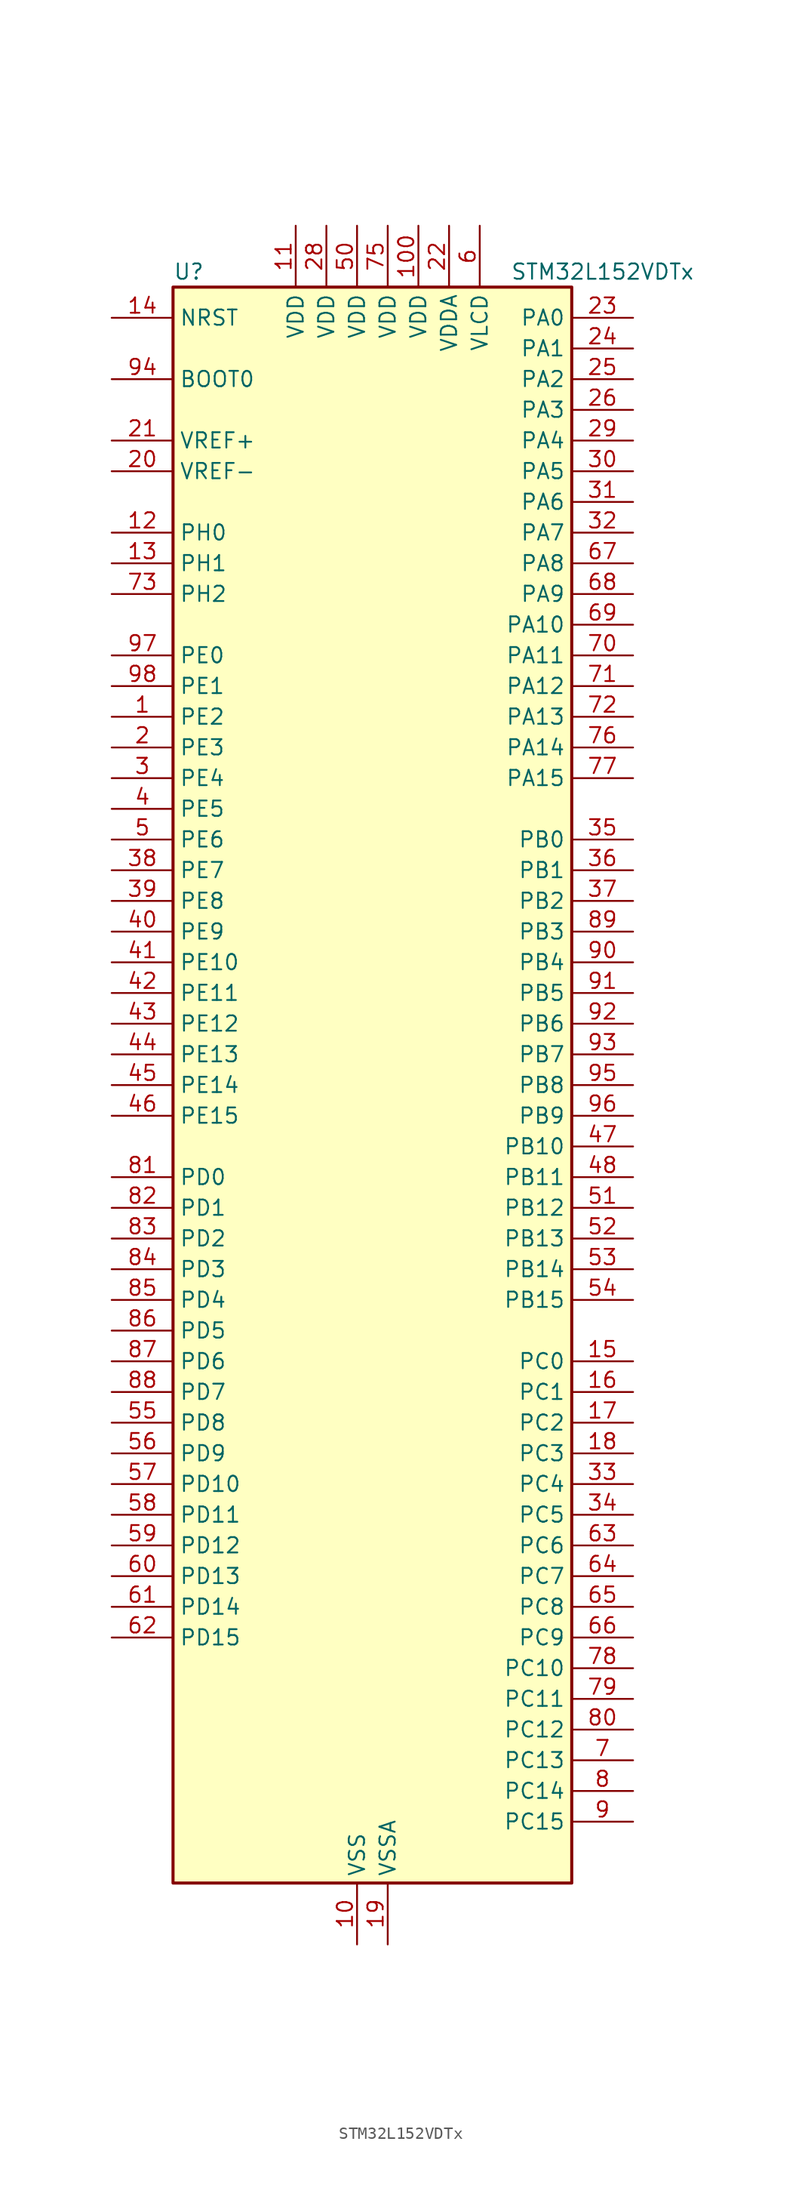
<source format=kicad_sym>
(kicad_symbol_lib
  (version 20231120)
  (generator "kicad-library-utils")
  (generator_version "8.0")
  (symbol "STM32L152VDTx"
    (property "Reference" "U"
      (at -15.24 67.31 0)
      (effects (font (size 1.27 1.27)) (justify left)))
    (property "Value" "STM32L152VDTx"
      (at 12.7 67.31 0)
      (effects (font (size 1.27 1.27)) (justify left)))
    (symbol "STM32L152VDTx_0_1"
      (rectangle (start -15.24 -66.04) (end 17.78 66.04) (stroke (width 0.254) (type default)) (fill (type background))))
    (symbol "STM32L152VDTx_1_1"
      (pin bidirectional line (at -20.32 30.48 0) (length 5.08) (name "PE2" (effects (font (size 1.27 1.27)))) (number "1" (effects (font (size 1.27 1.27)))) (alternate "FSMC_A23" bidirectional line) (alternate "LCD_SEG38" bidirectional line) (alternate "SYS_TRACECK" bidirectional line) (alternate "TIM3_ETR" bidirectional line) (alternate "TIMX_IC3" bidirectional line))
      (pin power_in line (at 0 -71.12 90) (length 5.08) (name "VSS" (effects (font (size 1.27 1.27)))) (number "10" (effects (font (size 1.27 1.27)))))
      (pin power_in line (at 5.08 71.12 270) (length 5.08) (name "VDD" (effects (font (size 1.27 1.27)))) (number "100" (effects (font (size 1.27 1.27)))))
      (pin power_in line (at -5.08 71.12 270) (length 5.08) (name "VDD" (effects (font (size 1.27 1.27)))) (number "11" (effects (font (size 1.27 1.27)))))
      (pin bidirectional line (at -20.32 45.72 0) (length 5.08) (name "PH0" (effects (font (size 1.27 1.27)))) (number "12" (effects (font (size 1.27 1.27)))) (alternate "RCC_OSC_IN" bidirectional line))
      (pin bidirectional line (at -20.32 43.18 0) (length 5.08) (name "PH1" (effects (font (size 1.27 1.27)))) (number "13" (effects (font (size 1.27 1.27)))) (alternate "RCC_OSC_OUT" bidirectional line))
      (pin input line (at -20.32 63.5 0) (length 5.08) (name "NRST" (effects (font (size 1.27 1.27)))) (number "14" (effects (font (size 1.27 1.27)))))
      (pin bidirectional line (at 22.86 -22.86 180) (length 5.08) (name "PC0" (effects (font (size 1.27 1.27)))) (number "15" (effects (font (size 1.27 1.27)))) (alternate "ADC_IN10" bidirectional line) (alternate "COMP1_INP" bidirectional line) (alternate "LCD_SEG18" bidirectional line) (alternate "TIMX_IC1" bidirectional line) (alternate "TS_G8_IO1" bidirectional line))
      (pin bidirectional line (at 22.86 -25.4 180) (length 5.08) (name "PC1" (effects (font (size 1.27 1.27)))) (number "16" (effects (font (size 1.27 1.27)))) (alternate "ADC_IN11" bidirectional line) (alternate "COMP1_INP" bidirectional line) (alternate "LCD_SEG19" bidirectional line) (alternate "OPAMP3_VINP" bidirectional line) (alternate "TIMX_IC2" bidirectional line) (alternate "TS_G8_IO2" bidirectional line))
      (pin bidirectional line (at 22.86 -27.94 180) (length 5.08) (name "PC2" (effects (font (size 1.27 1.27)))) (number "17" (effects (font (size 1.27 1.27)))) (alternate "ADC_IN12" bidirectional line) (alternate "COMP1_INP" bidirectional line) (alternate "LCD_SEG20" bidirectional line) (alternate "OPAMP3_VINM" bidirectional line) (alternate "TIMX_IC3" bidirectional line) (alternate "TS_G8_IO3" bidirectional line))
      (pin bidirectional line (at 22.86 -30.48 180) (length 5.08) (name "PC3" (effects (font (size 1.27 1.27)))) (number "18" (effects (font (size 1.27 1.27)))) (alternate "ADC_IN13" bidirectional line) (alternate "COMP1_INP" bidirectional line) (alternate "LCD_SEG21" bidirectional line) (alternate "OPAMP3_VOUT" bidirectional line) (alternate "TIMX_IC4" bidirectional line) (alternate "TS_G8_IO4" bidirectional line))
      (pin power_in line (at 2.54 -71.12 90) (length 5.08) (name "VSSA" (effects (font (size 1.27 1.27)))) (number "19" (effects (font (size 1.27 1.27)))))
      (pin bidirectional line (at -20.32 27.94 0) (length 5.08) (name "PE3" (effects (font (size 1.27 1.27)))) (number "2" (effects (font (size 1.27 1.27)))) (alternate "FSMC_A19" bidirectional line) (alternate "LCD_SEG39" bidirectional line) (alternate "SYS_TRACED0" bidirectional line) (alternate "TIM3_CH1" bidirectional line) (alternate "TIMX_IC4" bidirectional line))
      (pin input line (at -20.32 50.8 0) (length 5.08) (name "VREF-" (effects (font (size 1.27 1.27)))) (number "20" (effects (font (size 1.27 1.27)))))
      (pin input line (at -20.32 53.34 0) (length 5.08) (name "VREF+" (effects (font (size 1.27 1.27)))) (number "21" (effects (font (size 1.27 1.27)))))
      (pin power_in line (at 7.62 71.12 270) (length 5.08) (name "VDDA" (effects (font (size 1.27 1.27)))) (number "22" (effects (font (size 1.27 1.27)))))
      (pin bidirectional line (at 22.86 63.5 180) (length 5.08) (name "PA0" (effects (font (size 1.27 1.27)))) (number "23" (effects (font (size 1.27 1.27)))) (alternate "ADC_IN0" bidirectional line) (alternate "COMP1_INP" bidirectional line) (alternate "RTC_TAMP2" bidirectional line) (alternate "SYS_WKUP1" bidirectional line) (alternate "TIM2_CH1" bidirectional line) (alternate "TIM2_ETR" bidirectional line) (alternate "TIM5_CH1" bidirectional line) (alternate "TIMX_IC1" bidirectional line) (alternate "TS_G1_IO1" bidirectional line) (alternate "USART2_CTS" bidirectional line))
      (pin bidirectional line (at 22.86 60.96 180) (length 5.08) (name "PA1" (effects (font (size 1.27 1.27)))) (number "24" (effects (font (size 1.27 1.27)))) (alternate "ADC_IN1" bidirectional line) (alternate "COMP1_INP" bidirectional line) (alternate "LCD_SEG0" bidirectional line) (alternate "OPAMP1_VINP" bidirectional line) (alternate "TIM2_CH2" bidirectional line) (alternate "TIM5_CH2" bidirectional line) (alternate "TIMX_IC2" bidirectional line) (alternate "TS_G1_IO2" bidirectional line) (alternate "USART2_RTS" bidirectional line))
      (pin bidirectional line (at 22.86 58.42 180) (length 5.08) (name "PA2" (effects (font (size 1.27 1.27)))) (number "25" (effects (font (size 1.27 1.27)))) (alternate "ADC_IN2" bidirectional line) (alternate "COMP1_INP" bidirectional line) (alternate "LCD_SEG1" bidirectional line) (alternate "OPAMP1_VINM" bidirectional line) (alternate "TIM2_CH3" bidirectional line) (alternate "TIM5_CH3" bidirectional line) (alternate "TIM9_CH1" bidirectional line) (alternate "TIMX_IC3" bidirectional line) (alternate "TS_G1_IO3" bidirectional line) (alternate "USART2_TX" bidirectional line))
      (pin bidirectional line (at 22.86 55.88 180) (length 5.08) (name "PA3" (effects (font (size 1.27 1.27)))) (number "26" (effects (font (size 1.27 1.27)))) (alternate "ADC_IN3" bidirectional line) (alternate "COMP1_INP" bidirectional line) (alternate "LCD_SEG2" bidirectional line) (alternate "OPAMP1_VOUT" bidirectional line) (alternate "TIM2_CH4" bidirectional line) (alternate "TIM5_CH4" bidirectional line) (alternate "TIM9_CH2" bidirectional line) (alternate "TIMX_IC4" bidirectional line) (alternate "TS_G1_IO4" bidirectional line) (alternate "USART2_RX" bidirectional line))
      (pin passive line (at 0 -71.12 90) (length 5.08) hide (name "VSS" (effects (font (size 1.27 1.27)))) (number "27" (effects (font (size 1.27 1.27)))))
      (pin power_in line (at -2.54 71.12 270) (length 5.08) (name "VDD" (effects (font (size 1.27 1.27)))) (number "28" (effects (font (size 1.27 1.27)))))
      (pin bidirectional line (at 22.86 53.34 180) (length 5.08) (name "PA4" (effects (font (size 1.27 1.27)))) (number "29" (effects (font (size 1.27 1.27)))) (alternate "ADC_IN4" bidirectional line) (alternate "COMP1_INP" bidirectional line) (alternate "DAC_OUT1" bidirectional line) (alternate "I2S3_WS" bidirectional line) (alternate "SPI1_NSS" bidirectional line) (alternate "SPI3_NSS" bidirectional line) (alternate "TIMX_IC1" bidirectional line) (alternate "USART2_CK" bidirectional line))
      (pin bidirectional line (at -20.32 25.4 0) (length 5.08) (name "PE4" (effects (font (size 1.27 1.27)))) (number "3" (effects (font (size 1.27 1.27)))) (alternate "FSMC_A20" bidirectional line) (alternate "SYS_TRACED1" bidirectional line) (alternate "TIM3_CH2" bidirectional line) (alternate "TIMX_IC1" bidirectional line))
      (pin bidirectional line (at 22.86 50.8 180) (length 5.08) (name "PA5" (effects (font (size 1.27 1.27)))) (number "30" (effects (font (size 1.27 1.27)))) (alternate "ADC_IN5" bidirectional line) (alternate "COMP1_INP" bidirectional line) (alternate "DAC_OUT2" bidirectional line) (alternate "SPI1_SCK" bidirectional line) (alternate "TIM2_CH1" bidirectional line) (alternate "TIM2_ETR" bidirectional line) (alternate "TIMX_IC2" bidirectional line))
      (pin bidirectional line (at 22.86 48.26 180) (length 5.08) (name "PA6" (effects (font (size 1.27 1.27)))) (number "31" (effects (font (size 1.27 1.27)))) (alternate "ADC_IN6" bidirectional line) (alternate "COMP1_INP" bidirectional line) (alternate "LCD_SEG3" bidirectional line) (alternate "OPAMP2_VINP" bidirectional line) (alternate "SPI1_MISO" bidirectional line) (alternate "TIM10_CH1" bidirectional line) (alternate "TIM3_CH1" bidirectional line) (alternate "TIMX_IC3" bidirectional line) (alternate "TS_G2_IO1" bidirectional line))
      (pin bidirectional line (at 22.86 45.72 180) (length 5.08) (name "PA7" (effects (font (size 1.27 1.27)))) (number "32" (effects (font (size 1.27 1.27)))) (alternate "ADC_IN7" bidirectional line) (alternate "COMP1_INP" bidirectional line) (alternate "LCD_SEG4" bidirectional line) (alternate "OPAMP2_VINM" bidirectional line) (alternate "SPI1_MOSI" bidirectional line) (alternate "TIM11_CH1" bidirectional line) (alternate "TIM3_CH2" bidirectional line) (alternate "TIMX_IC4" bidirectional line) (alternate "TS_G2_IO2" bidirectional line))
      (pin bidirectional line (at 22.86 -33.02 180) (length 5.08) (name "PC4" (effects (font (size 1.27 1.27)))) (number "33" (effects (font (size 1.27 1.27)))) (alternate "ADC_IN14" bidirectional line) (alternate "COMP1_INP" bidirectional line) (alternate "LCD_SEG22" bidirectional line) (alternate "TIMX_IC1" bidirectional line) (alternate "TS_G9_IO1" bidirectional line))
      (pin bidirectional line (at 22.86 -35.56 180) (length 5.08) (name "PC5" (effects (font (size 1.27 1.27)))) (number "34" (effects (font (size 1.27 1.27)))) (alternate "ADC_IN15" bidirectional line) (alternate "COMP1_INP" bidirectional line) (alternate "LCD_SEG23" bidirectional line) (alternate "TIMX_IC2" bidirectional line) (alternate "TS_G9_IO2" bidirectional line))
      (pin bidirectional line (at 22.86 20.32 180) (length 5.08) (name "PB0" (effects (font (size 1.27 1.27)))) (number "35" (effects (font (size 1.27 1.27)))) (alternate "ADC_IN8" bidirectional line) (alternate "COMP1_INP" bidirectional line) (alternate "LCD_SEG5" bidirectional line) (alternate "OPAMP2_VOUT" bidirectional line) (alternate "SYS_V_REF_OUT" bidirectional line) (alternate "TIM3_CH3" bidirectional line) (alternate "TS_G3_IO1" bidirectional line))
      (pin bidirectional line (at 22.86 17.78 180) (length 5.08) (name "PB1" (effects (font (size 1.27 1.27)))) (number "36" (effects (font (size 1.27 1.27)))) (alternate "ADC_IN9" bidirectional line) (alternate "COMP1_INP" bidirectional line) (alternate "LCD_SEG6" bidirectional line) (alternate "SYS_V_REF_OUT" bidirectional line) (alternate "TIM3_CH4" bidirectional line) (alternate "TS_G3_IO2" bidirectional line))
      (pin bidirectional line (at 22.86 15.24 180) (length 5.08) (name "PB2" (effects (font (size 1.27 1.27)))) (number "37" (effects (font (size 1.27 1.27)))) (alternate "TS_G3_IO3" bidirectional line))
      (pin bidirectional line (at -20.32 17.78 0) (length 5.08) (name "PE7" (effects (font (size 1.27 1.27)))) (number "38" (effects (font (size 1.27 1.27)))) (alternate "ADC_IN22" bidirectional line) (alternate "COMP1_INP" bidirectional line) (alternate "FSMC_D4" bidirectional line) (alternate "FSMC_DA4" bidirectional line) (alternate "TIMX_IC4" bidirectional line))
      (pin bidirectional line (at -20.32 15.24 0) (length 5.08) (name "PE8" (effects (font (size 1.27 1.27)))) (number "39" (effects (font (size 1.27 1.27)))) (alternate "ADC_IN23" bidirectional line) (alternate "COMP1_INP" bidirectional line) (alternate "FSMC_D5" bidirectional line) (alternate "FSMC_DA5" bidirectional line) (alternate "TIMX_IC1" bidirectional line))
      (pin bidirectional line (at -20.32 22.86 0) (length 5.08) (name "PE5" (effects (font (size 1.27 1.27)))) (number "4" (effects (font (size 1.27 1.27)))) (alternate "FSMC_A21" bidirectional line) (alternate "SYS_TRACED2" bidirectional line) (alternate "TIM9_CH1" bidirectional line) (alternate "TIMX_IC2" bidirectional line))
      (pin bidirectional line (at -20.32 12.7 0) (length 5.08) (name "PE9" (effects (font (size 1.27 1.27)))) (number "40" (effects (font (size 1.27 1.27)))) (alternate "ADC_IN24" bidirectional line) (alternate "COMP1_INP" bidirectional line) (alternate "DAC_EXTI9" bidirectional line) (alternate "FSMC_D6" bidirectional line) (alternate "FSMC_DA6" bidirectional line) (alternate "TIM2_CH1" bidirectional line) (alternate "TIM2_ETR" bidirectional line) (alternate "TIMX_IC2" bidirectional line))
      (pin bidirectional line (at -20.32 10.16 0) (length 5.08) (name "PE10" (effects (font (size 1.27 1.27)))) (number "41" (effects (font (size 1.27 1.27)))) (alternate "ADC_IN25" bidirectional line) (alternate "COMP1_INP" bidirectional line) (alternate "FSMC_D7" bidirectional line) (alternate "FSMC_DA7" bidirectional line) (alternate "TIM2_CH2" bidirectional line) (alternate "TIMX_IC3" bidirectional line))
      (pin bidirectional line (at -20.32 7.62 0) (length 5.08) (name "PE11" (effects (font (size 1.27 1.27)))) (number "42" (effects (font (size 1.27 1.27)))) (alternate "ADC_EXTI11" bidirectional line) (alternate "FSMC_D8" bidirectional line) (alternate "FSMC_DA8" bidirectional line) (alternate "TIM2_CH3" bidirectional line) (alternate "TIMX_IC4" bidirectional line))
      (pin bidirectional line (at -20.32 5.08 0) (length 5.08) (name "PE12" (effects (font (size 1.27 1.27)))) (number "43" (effects (font (size 1.27 1.27)))) (alternate "FSMC_D9" bidirectional line) (alternate "FSMC_DA9" bidirectional line) (alternate "SPI1_NSS" bidirectional line) (alternate "TIM2_CH4" bidirectional line) (alternate "TIMX_IC1" bidirectional line))
      (pin bidirectional line (at -20.32 2.54 0) (length 5.08) (name "PE13" (effects (font (size 1.27 1.27)))) (number "44" (effects (font (size 1.27 1.27)))) (alternate "FSMC_D10" bidirectional line) (alternate "FSMC_DA10" bidirectional line) (alternate "SPI1_SCK" bidirectional line) (alternate "TIMX_IC2" bidirectional line))
      (pin bidirectional line (at -20.32 0 0) (length 5.08) (name "PE14" (effects (font (size 1.27 1.27)))) (number "45" (effects (font (size 1.27 1.27)))) (alternate "FSMC_D11" bidirectional line) (alternate "FSMC_DA11" bidirectional line) (alternate "SPI1_MISO" bidirectional line) (alternate "TIMX_IC3" bidirectional line))
      (pin bidirectional line (at -20.32 -2.54 0) (length 5.08) (name "PE15" (effects (font (size 1.27 1.27)))) (number "46" (effects (font (size 1.27 1.27)))) (alternate "ADC_EXTI15" bidirectional line) (alternate "FSMC_D12" bidirectional line) (alternate "FSMC_DA12" bidirectional line) (alternate "SPI1_MOSI" bidirectional line) (alternate "TIMX_IC4" bidirectional line))
      (pin bidirectional line (at 22.86 -5.08 180) (length 5.08) (name "PB10" (effects (font (size 1.27 1.27)))) (number "47" (effects (font (size 1.27 1.27)))) (alternate "I2C2_SCL" bidirectional line) (alternate "LCD_SEG10" bidirectional line) (alternate "TIM2_CH3" bidirectional line) (alternate "USART3_TX" bidirectional line))
      (pin bidirectional line (at 22.86 -7.62 180) (length 5.08) (name "PB11" (effects (font (size 1.27 1.27)))) (number "48" (effects (font (size 1.27 1.27)))) (alternate "ADC_EXTI11" bidirectional line) (alternate "I2C2_SDA" bidirectional line) (alternate "LCD_SEG11" bidirectional line) (alternate "TIM2_CH4" bidirectional line) (alternate "USART3_RX" bidirectional line))
      (pin passive line (at 0 -71.12 90) (length 5.08) hide (name "VSS" (effects (font (size 1.27 1.27)))) (number "49" (effects (font (size 1.27 1.27)))))
      (pin bidirectional line (at -20.32 20.32 0) (length 5.08) (name "PE6" (effects (font (size 1.27 1.27)))) (number "5" (effects (font (size 1.27 1.27)))) (alternate "RTC_TAMP3" bidirectional line) (alternate "SYS_TRACED3" bidirectional line) (alternate "SYS_WKUP3" bidirectional line) (alternate "TIM9_CH2" bidirectional line) (alternate "TIMX_IC3" bidirectional line))
      (pin power_in line (at 0 71.12 270) (length 5.08) (name "VDD" (effects (font (size 1.27 1.27)))) (number "50" (effects (font (size 1.27 1.27)))))
      (pin bidirectional line (at 22.86 -10.16 180) (length 5.08) (name "PB12" (effects (font (size 1.27 1.27)))) (number "51" (effects (font (size 1.27 1.27)))) (alternate "ADC_IN18" bidirectional line) (alternate "COMP1_INP" bidirectional line) (alternate "I2C2_SMBA" bidirectional line) (alternate "I2S2_WS" bidirectional line) (alternate "LCD_SEG12" bidirectional line) (alternate "SPI2_NSS" bidirectional line) (alternate "TIM10_CH1" bidirectional line) (alternate "TS_G7_IO1" bidirectional line) (alternate "USART3_CK" bidirectional line))
      (pin bidirectional line (at 22.86 -12.7 180) (length 5.08) (name "PB13" (effects (font (size 1.27 1.27)))) (number "52" (effects (font (size 1.27 1.27)))) (alternate "ADC_IN19" bidirectional line) (alternate "COMP1_INP" bidirectional line) (alternate "I2S2_CK" bidirectional line) (alternate "LCD_SEG13" bidirectional line) (alternate "SPI2_SCK" bidirectional line) (alternate "TIM9_CH1" bidirectional line) (alternate "TS_G7_IO2" bidirectional line) (alternate "USART3_CTS" bidirectional line))
      (pin bidirectional line (at 22.86 -15.24 180) (length 5.08) (name "PB14" (effects (font (size 1.27 1.27)))) (number "53" (effects (font (size 1.27 1.27)))) (alternate "ADC_IN20" bidirectional line) (alternate "COMP1_INP" bidirectional line) (alternate "LCD_SEG14" bidirectional line) (alternate "SPI2_MISO" bidirectional line) (alternate "TIM9_CH2" bidirectional line) (alternate "TS_G7_IO3" bidirectional line) (alternate "USART3_RTS" bidirectional line))
      (pin bidirectional line (at 22.86 -17.78 180) (length 5.08) (name "PB15" (effects (font (size 1.27 1.27)))) (number "54" (effects (font (size 1.27 1.27)))) (alternate "ADC_EXTI15" bidirectional line) (alternate "ADC_IN21" bidirectional line) (alternate "COMP1_INP" bidirectional line) (alternate "I2S2_SD" bidirectional line) (alternate "LCD_SEG15" bidirectional line) (alternate "RTC_REFIN" bidirectional line) (alternate "SPI2_MOSI" bidirectional line) (alternate "TIM11_CH1" bidirectional line) (alternate "TS_G7_IO4" bidirectional line))
      (pin bidirectional line (at -20.32 -27.94 0) (length 5.08) (name "PD8" (effects (font (size 1.27 1.27)))) (number "55" (effects (font (size 1.27 1.27)))) (alternate "FSMC_D13" bidirectional line) (alternate "FSMC_DA13" bidirectional line) (alternate "LCD_SEG28" bidirectional line) (alternate "TIMX_IC1" bidirectional line) (alternate "USART3_TX" bidirectional line))
      (pin bidirectional line (at -20.32 -30.48 0) (length 5.08) (name "PD9" (effects (font (size 1.27 1.27)))) (number "56" (effects (font (size 1.27 1.27)))) (alternate "DAC_EXTI9" bidirectional line) (alternate "FSMC_D14" bidirectional line) (alternate "FSMC_DA14" bidirectional line) (alternate "LCD_SEG29" bidirectional line) (alternate "TIMX_IC2" bidirectional line) (alternate "USART3_RX" bidirectional line))
      (pin bidirectional line (at -20.32 -33.02 0) (length 5.08) (name "PD10" (effects (font (size 1.27 1.27)))) (number "57" (effects (font (size 1.27 1.27)))) (alternate "FSMC_D15" bidirectional line) (alternate "FSMC_DA15" bidirectional line) (alternate "LCD_SEG30" bidirectional line) (alternate "TIMX_IC3" bidirectional line) (alternate "USART3_CK" bidirectional line))
      (pin bidirectional line (at -20.32 -35.56 0) (length 5.08) (name "PD11" (effects (font (size 1.27 1.27)))) (number "58" (effects (font (size 1.27 1.27)))) (alternate "ADC_EXTI11" bidirectional line) (alternate "FSMC_A16" bidirectional line) (alternate "LCD_SEG31" bidirectional line) (alternate "TIMX_IC4" bidirectional line) (alternate "USART3_CTS" bidirectional line))
      (pin bidirectional line (at -20.32 -38.1 0) (length 5.08) (name "PD12" (effects (font (size 1.27 1.27)))) (number "59" (effects (font (size 1.27 1.27)))) (alternate "FSMC_A17" bidirectional line) (alternate "LCD_SEG32" bidirectional line) (alternate "TIM4_CH1" bidirectional line) (alternate "TIMX_IC1" bidirectional line) (alternate "USART3_RTS" bidirectional line))
      (pin power_in line (at 10.16 71.12 270) (length 5.08) (name "VLCD" (effects (font (size 1.27 1.27)))) (number "6" (effects (font (size 1.27 1.27)))))
      (pin bidirectional line (at -20.32 -40.64 0) (length 5.08) (name "PD13" (effects (font (size 1.27 1.27)))) (number "60" (effects (font (size 1.27 1.27)))) (alternate "FSMC_A18" bidirectional line) (alternate "LCD_SEG33" bidirectional line) (alternate "TIM4_CH2" bidirectional line) (alternate "TIMX_IC2" bidirectional line))
      (pin bidirectional line (at -20.32 -43.18 0) (length 5.08) (name "PD14" (effects (font (size 1.27 1.27)))) (number "61" (effects (font (size 1.27 1.27)))) (alternate "FSMC_D0" bidirectional line) (alternate "FSMC_DA0" bidirectional line) (alternate "LCD_SEG34" bidirectional line) (alternate "TIM4_CH3" bidirectional line) (alternate "TIMX_IC3" bidirectional line))
      (pin bidirectional line (at -20.32 -45.72 0) (length 5.08) (name "PD15" (effects (font (size 1.27 1.27)))) (number "62" (effects (font (size 1.27 1.27)))) (alternate "ADC_EXTI15" bidirectional line) (alternate "FSMC_D1" bidirectional line) (alternate "FSMC_DA1" bidirectional line) (alternate "LCD_SEG35" bidirectional line) (alternate "TIM4_CH4" bidirectional line) (alternate "TIMX_IC4" bidirectional line))
      (pin bidirectional line (at 22.86 -38.1 180) (length 5.08) (name "PC6" (effects (font (size 1.27 1.27)))) (number "63" (effects (font (size 1.27 1.27)))) (alternate "I2S2_MCK" bidirectional line) (alternate "LCD_SEG24" bidirectional line) (alternate "SDIO_D6" bidirectional line) (alternate "TIM3_CH1" bidirectional line) (alternate "TIMX_IC3" bidirectional line) (alternate "TS_G10_IO1" bidirectional line))
      (pin bidirectional line (at 22.86 -40.64 180) (length 5.08) (name "PC7" (effects (font (size 1.27 1.27)))) (number "64" (effects (font (size 1.27 1.27)))) (alternate "I2S3_MCK" bidirectional line) (alternate "LCD_SEG25" bidirectional line) (alternate "SDIO_D7" bidirectional line) (alternate "TIM3_CH2" bidirectional line) (alternate "TIMX_IC4" bidirectional line) (alternate "TS_G10_IO2" bidirectional line))
      (pin bidirectional line (at 22.86 -43.18 180) (length 5.08) (name "PC8" (effects (font (size 1.27 1.27)))) (number "65" (effects (font (size 1.27 1.27)))) (alternate "LCD_SEG26" bidirectional line) (alternate "SDIO_D0" bidirectional line) (alternate "TIM3_CH3" bidirectional line) (alternate "TIMX_IC1" bidirectional line) (alternate "TS_G10_IO3" bidirectional line))
      (pin bidirectional line (at 22.86 -45.72 180) (length 5.08) (name "PC9" (effects (font (size 1.27 1.27)))) (number "66" (effects (font (size 1.27 1.27)))) (alternate "DAC_EXTI9" bidirectional line) (alternate "LCD_SEG27" bidirectional line) (alternate "SDIO_D1" bidirectional line) (alternate "TIM3_CH4" bidirectional line) (alternate "TIMX_IC2" bidirectional line) (alternate "TS_G10_IO4" bidirectional line))
      (pin bidirectional line (at 22.86 43.18 180) (length 5.08) (name "PA8" (effects (font (size 1.27 1.27)))) (number "67" (effects (font (size 1.27 1.27)))) (alternate "LCD_COM0" bidirectional line) (alternate "RCC_MCO" bidirectional line) (alternate "TIMX_IC1" bidirectional line) (alternate "TS_G4_IO1" bidirectional line) (alternate "USART1_CK" bidirectional line))
      (pin bidirectional line (at 22.86 40.64 180) (length 5.08) (name "PA9" (effects (font (size 1.27 1.27)))) (number "68" (effects (font (size 1.27 1.27)))) (alternate "DAC_EXTI9" bidirectional line) (alternate "LCD_COM1" bidirectional line) (alternate "TIMX_IC2" bidirectional line) (alternate "TS_G4_IO2" bidirectional line) (alternate "USART1_TX" bidirectional line))
      (pin bidirectional line (at 22.86 38.1 180) (length 5.08) (name "PA10" (effects (font (size 1.27 1.27)))) (number "69" (effects (font (size 1.27 1.27)))) (alternate "LCD_COM2" bidirectional line) (alternate "TIMX_IC3" bidirectional line) (alternate "TS_G4_IO3" bidirectional line) (alternate "USART1_RX" bidirectional line))
      (pin bidirectional line (at 22.86 -55.88 180) (length 5.08) (name "PC13" (effects (font (size 1.27 1.27)))) (number "7" (effects (font (size 1.27 1.27)))) (alternate "RTC_OUT_ALARM" bidirectional line) (alternate "RTC_OUT_CALIB" bidirectional line) (alternate "RTC_TAMP1" bidirectional line) (alternate "RTC_TS" bidirectional line) (alternate "SYS_WKUP2" bidirectional line) (alternate "TIMX_IC2" bidirectional line))
      (pin bidirectional line (at 22.86 35.56 180) (length 5.08) (name "PA11" (effects (font (size 1.27 1.27)))) (number "70" (effects (font (size 1.27 1.27)))) (alternate "ADC_EXTI11" bidirectional line) (alternate "SPI1_MISO" bidirectional line) (alternate "TIMX_IC4" bidirectional line) (alternate "USART1_CTS" bidirectional line) (alternate "USB_DM" bidirectional line))
      (pin bidirectional line (at 22.86 33.02 180) (length 5.08) (name "PA12" (effects (font (size 1.27 1.27)))) (number "71" (effects (font (size 1.27 1.27)))) (alternate "SPI1_MOSI" bidirectional line) (alternate "TIMX_IC1" bidirectional line) (alternate "USART1_RTS" bidirectional line) (alternate "USB_DP" bidirectional line))
      (pin bidirectional line (at 22.86 30.48 180) (length 5.08) (name "PA13" (effects (font (size 1.27 1.27)))) (number "72" (effects (font (size 1.27 1.27)))) (alternate "SYS_JTMS-SWDIO" bidirectional line) (alternate "TIMX_IC2" bidirectional line) (alternate "TS_G5_IO1" bidirectional line))
      (pin bidirectional line (at -20.32 40.64 0) (length 5.08) (name "PH2" (effects (font (size 1.27 1.27)))) (number "73" (effects (font (size 1.27 1.27)))) (alternate "FSMC_A22" bidirectional line))
      (pin passive line (at 0 -71.12 90) (length 5.08) hide (name "VSS" (effects (font (size 1.27 1.27)))) (number "74" (effects (font (size 1.27 1.27)))))
      (pin power_in line (at 2.54 71.12 270) (length 5.08) (name "VDD" (effects (font (size 1.27 1.27)))) (number "75" (effects (font (size 1.27 1.27)))))
      (pin bidirectional line (at 22.86 27.94 180) (length 5.08) (name "PA14" (effects (font (size 1.27 1.27)))) (number "76" (effects (font (size 1.27 1.27)))) (alternate "SYS_JTCK-SWCLK" bidirectional line) (alternate "TIMX_IC3" bidirectional line) (alternate "TS_G5_IO2" bidirectional line))
      (pin bidirectional line (at 22.86 25.4 180) (length 5.08) (name "PA15" (effects (font (size 1.27 1.27)))) (number "77" (effects (font (size 1.27 1.27)))) (alternate "ADC_EXTI15" bidirectional line) (alternate "I2S3_WS" bidirectional line) (alternate "LCD_SEG17" bidirectional line) (alternate "SPI1_NSS" bidirectional line) (alternate "SPI3_NSS" bidirectional line) (alternate "SYS_JTDI" bidirectional line) (alternate "TIM2_CH1" bidirectional line) (alternate "TIM2_ETR" bidirectional line) (alternate "TIMX_IC4" bidirectional line) (alternate "TS_G5_IO3" bidirectional line))
      (pin bidirectional line (at 22.86 -48.26 180) (length 5.08) (name "PC10" (effects (font (size 1.27 1.27)))) (number "78" (effects (font (size 1.27 1.27)))) (alternate "I2S3_CK" bidirectional line) (alternate "LCD_COM4" bidirectional line) (alternate "LCD_SEG28" bidirectional line) (alternate "LCD_SEG40" bidirectional line) (alternate "SDIO_D2" bidirectional line) (alternate "SPI3_SCK" bidirectional line) (alternate "TIMX_IC3" bidirectional line) (alternate "UART4_TX" bidirectional line) (alternate "USART3_TX" bidirectional line))
      (pin bidirectional line (at 22.86 -50.8 180) (length 5.08) (name "PC11" (effects (font (size 1.27 1.27)))) (number "79" (effects (font (size 1.27 1.27)))) (alternate "ADC_EXTI11" bidirectional line) (alternate "LCD_COM5" bidirectional line) (alternate "LCD_SEG29" bidirectional line) (alternate "LCD_SEG41" bidirectional line) (alternate "SDIO_D3" bidirectional line) (alternate "SPI3_MISO" bidirectional line) (alternate "TIMX_IC4" bidirectional line) (alternate "UART4_RX" bidirectional line) (alternate "USART3_RX" bidirectional line))
      (pin bidirectional line (at 22.86 -58.42 180) (length 5.08) (name "PC14" (effects (font (size 1.27 1.27)))) (number "8" (effects (font (size 1.27 1.27)))) (alternate "RCC_OSC32_IN" bidirectional line) (alternate "TIMX_IC3" bidirectional line))
      (pin bidirectional line (at 22.86 -53.34 180) (length 5.08) (name "PC12" (effects (font (size 1.27 1.27)))) (number "80" (effects (font (size 1.27 1.27)))) (alternate "I2S3_SD" bidirectional line) (alternate "LCD_COM6" bidirectional line) (alternate "LCD_SEG30" bidirectional line) (alternate "LCD_SEG42" bidirectional line) (alternate "SDIO_CK" bidirectional line) (alternate "SPI3_MOSI" bidirectional line) (alternate "TIMX_IC1" bidirectional line) (alternate "UART5_TX" bidirectional line) (alternate "USART3_CK" bidirectional line))
      (pin bidirectional line (at -20.32 -7.62 0) (length 5.08) (name "PD0" (effects (font (size 1.27 1.27)))) (number "81" (effects (font (size 1.27 1.27)))) (alternate "FSMC_D2" bidirectional line) (alternate "FSMC_DA2" bidirectional line) (alternate "I2S2_WS" bidirectional line) (alternate "SPI2_NSS" bidirectional line) (alternate "TIM9_CH1" bidirectional line) (alternate "TIMX_IC1" bidirectional line))
      (pin bidirectional line (at -20.32 -10.16 0) (length 5.08) (name "PD1" (effects (font (size 1.27 1.27)))) (number "82" (effects (font (size 1.27 1.27)))) (alternate "FSMC_D3" bidirectional line) (alternate "FSMC_DA3" bidirectional line) (alternate "I2S2_CK" bidirectional line) (alternate "SPI2_SCK" bidirectional line) (alternate "TIMX_IC2" bidirectional line))
      (pin bidirectional line (at -20.32 -12.7 0) (length 5.08) (name "PD2" (effects (font (size 1.27 1.27)))) (number "83" (effects (font (size 1.27 1.27)))) (alternate "LCD_COM7" bidirectional line) (alternate "LCD_SEG31" bidirectional line) (alternate "LCD_SEG43" bidirectional line) (alternate "SDIO_CMD" bidirectional line) (alternate "TIM3_ETR" bidirectional line) (alternate "TIMX_IC3" bidirectional line) (alternate "UART5_RX" bidirectional line))
      (pin bidirectional line (at -20.32 -15.24 0) (length 5.08) (name "PD3" (effects (font (size 1.27 1.27)))) (number "84" (effects (font (size 1.27 1.27)))) (alternate "FSMC_CLK" bidirectional line) (alternate "SPI2_MISO" bidirectional line) (alternate "TIMX_IC4" bidirectional line) (alternate "USART2_CTS" bidirectional line))
      (pin bidirectional line (at -20.32 -17.78 0) (length 5.08) (name "PD4" (effects (font (size 1.27 1.27)))) (number "85" (effects (font (size 1.27 1.27)))) (alternate "FSMC_NOE" bidirectional line) (alternate "I2S2_SD" bidirectional line) (alternate "SPI2_MOSI" bidirectional line) (alternate "TIMX_IC1" bidirectional line) (alternate "USART2_RTS" bidirectional line))
      (pin bidirectional line (at -20.32 -20.32 0) (length 5.08) (name "PD5" (effects (font (size 1.27 1.27)))) (number "86" (effects (font (size 1.27 1.27)))) (alternate "FSMC_NWE" bidirectional line) (alternate "TIMX_IC2" bidirectional line) (alternate "USART2_TX" bidirectional line))
      (pin bidirectional line (at -20.32 -22.86 0) (length 5.08) (name "PD6" (effects (font (size 1.27 1.27)))) (number "87" (effects (font (size 1.27 1.27)))) (alternate "FSMC_NWAIT" bidirectional line) (alternate "TIMX_IC3" bidirectional line) (alternate "USART2_RX" bidirectional line))
      (pin bidirectional line (at -20.32 -25.4 0) (length 5.08) (name "PD7" (effects (font (size 1.27 1.27)))) (number "88" (effects (font (size 1.27 1.27)))) (alternate "FSMC_NE1" bidirectional line) (alternate "TIM9_CH2" bidirectional line) (alternate "TIMX_IC4" bidirectional line) (alternate "USART2_CK" bidirectional line))
      (pin bidirectional line (at 22.86 12.7 180) (length 5.08) (name "PB3" (effects (font (size 1.27 1.27)))) (number "89" (effects (font (size 1.27 1.27)))) (alternate "COMP2_INM" bidirectional line) (alternate "I2S3_CK" bidirectional line) (alternate "LCD_SEG7" bidirectional line) (alternate "SPI1_SCK" bidirectional line) (alternate "SPI3_SCK" bidirectional line) (alternate "SYS_JTDO-TRACESWO" bidirectional line) (alternate "TIM2_CH2" bidirectional line))
      (pin bidirectional line (at 22.86 -60.96 180) (length 5.08) (name "PC15" (effects (font (size 1.27 1.27)))) (number "9" (effects (font (size 1.27 1.27)))) (alternate "ADC_EXTI15" bidirectional line) (alternate "RCC_OSC32_OUT" bidirectional line) (alternate "TIMX_IC4" bidirectional line))
      (pin bidirectional line (at 22.86 10.16 180) (length 5.08) (name "PB4" (effects (font (size 1.27 1.27)))) (number "90" (effects (font (size 1.27 1.27)))) (alternate "COMP2_INP" bidirectional line) (alternate "LCD_SEG8" bidirectional line) (alternate "SPI1_MISO" bidirectional line) (alternate "SPI3_MISO" bidirectional line) (alternate "SYS_JTRST" bidirectional line) (alternate "TIM3_CH1" bidirectional line) (alternate "TS_G6_IO1" bidirectional line))
      (pin bidirectional line (at 22.86 7.62 180) (length 5.08) (name "PB5" (effects (font (size 1.27 1.27)))) (number "91" (effects (font (size 1.27 1.27)))) (alternate "COMP2_INP" bidirectional line) (alternate "I2C1_SMBA" bidirectional line) (alternate "I2S3_SD" bidirectional line) (alternate "LCD_SEG9" bidirectional line) (alternate "SPI1_MOSI" bidirectional line) (alternate "SPI3_MOSI" bidirectional line) (alternate "TIM3_CH2" bidirectional line) (alternate "TS_G6_IO2" bidirectional line))
      (pin bidirectional line (at 22.86 5.08 180) (length 5.08) (name "PB6" (effects (font (size 1.27 1.27)))) (number "92" (effects (font (size 1.27 1.27)))) (alternate "COMP2_INP" bidirectional line) (alternate "I2C1_SCL" bidirectional line) (alternate "TIM4_CH1" bidirectional line) (alternate "TS_G6_IO3" bidirectional line) (alternate "USART1_TX" bidirectional line))
      (pin bidirectional line (at 22.86 2.54 180) (length 5.08) (name "PB7" (effects (font (size 1.27 1.27)))) (number "93" (effects (font (size 1.27 1.27)))) (alternate "COMP2_INP" bidirectional line) (alternate "FSMC_NL" bidirectional line) (alternate "I2C1_SDA" bidirectional line) (alternate "SYS_PVD_IN" bidirectional line) (alternate "TIM4_CH2" bidirectional line) (alternate "TS_G6_IO4" bidirectional line) (alternate "USART1_RX" bidirectional line))
      (pin input line (at -20.32 58.42 0) (length 5.08) (name "BOOT0" (effects (font (size 1.27 1.27)))) (number "94" (effects (font (size 1.27 1.27)))))
      (pin bidirectional line (at 22.86 0 180) (length 5.08) (name "PB8" (effects (font (size 1.27 1.27)))) (number "95" (effects (font (size 1.27 1.27)))) (alternate "I2C1_SCL" bidirectional line) (alternate "LCD_SEG16" bidirectional line) (alternate "SDIO_D4" bidirectional line) (alternate "TIM10_CH1" bidirectional line) (alternate "TIM4_CH3" bidirectional line))
      (pin bidirectional line (at 22.86 -2.54 180) (length 5.08) (name "PB9" (effects (font (size 1.27 1.27)))) (number "96" (effects (font (size 1.27 1.27)))) (alternate "DAC_EXTI9" bidirectional line) (alternate "I2C1_SDA" bidirectional line) (alternate "LCD_COM3" bidirectional line) (alternate "SDIO_D5" bidirectional line) (alternate "TIM11_CH1" bidirectional line) (alternate "TIM4_CH4" bidirectional line))
      (pin bidirectional line (at -20.32 35.56 0) (length 5.08) (name "PE0" (effects (font (size 1.27 1.27)))) (number "97" (effects (font (size 1.27 1.27)))) (alternate "FSMC_NBL0" bidirectional line) (alternate "LCD_SEG36" bidirectional line) (alternate "TIM10_CH1" bidirectional line) (alternate "TIM4_ETR" bidirectional line) (alternate "TIMX_IC1" bidirectional line))
      (pin bidirectional line (at -20.32 33.02 0) (length 5.08) (name "PE1" (effects (font (size 1.27 1.27)))) (number "98" (effects (font (size 1.27 1.27)))) (alternate "FSMC_NBL1" bidirectional line) (alternate "LCD_SEG37" bidirectional line) (alternate "TIM11_CH1" bidirectional line) (alternate "TIMX_IC2" bidirectional line))
      (pin passive line (at 0 -71.12 90) (length 5.08) hide (name "VSS" (effects (font (size 1.27 1.27)))) (number "99" (effects (font (size 1.27 1.27))))))))
</source>
